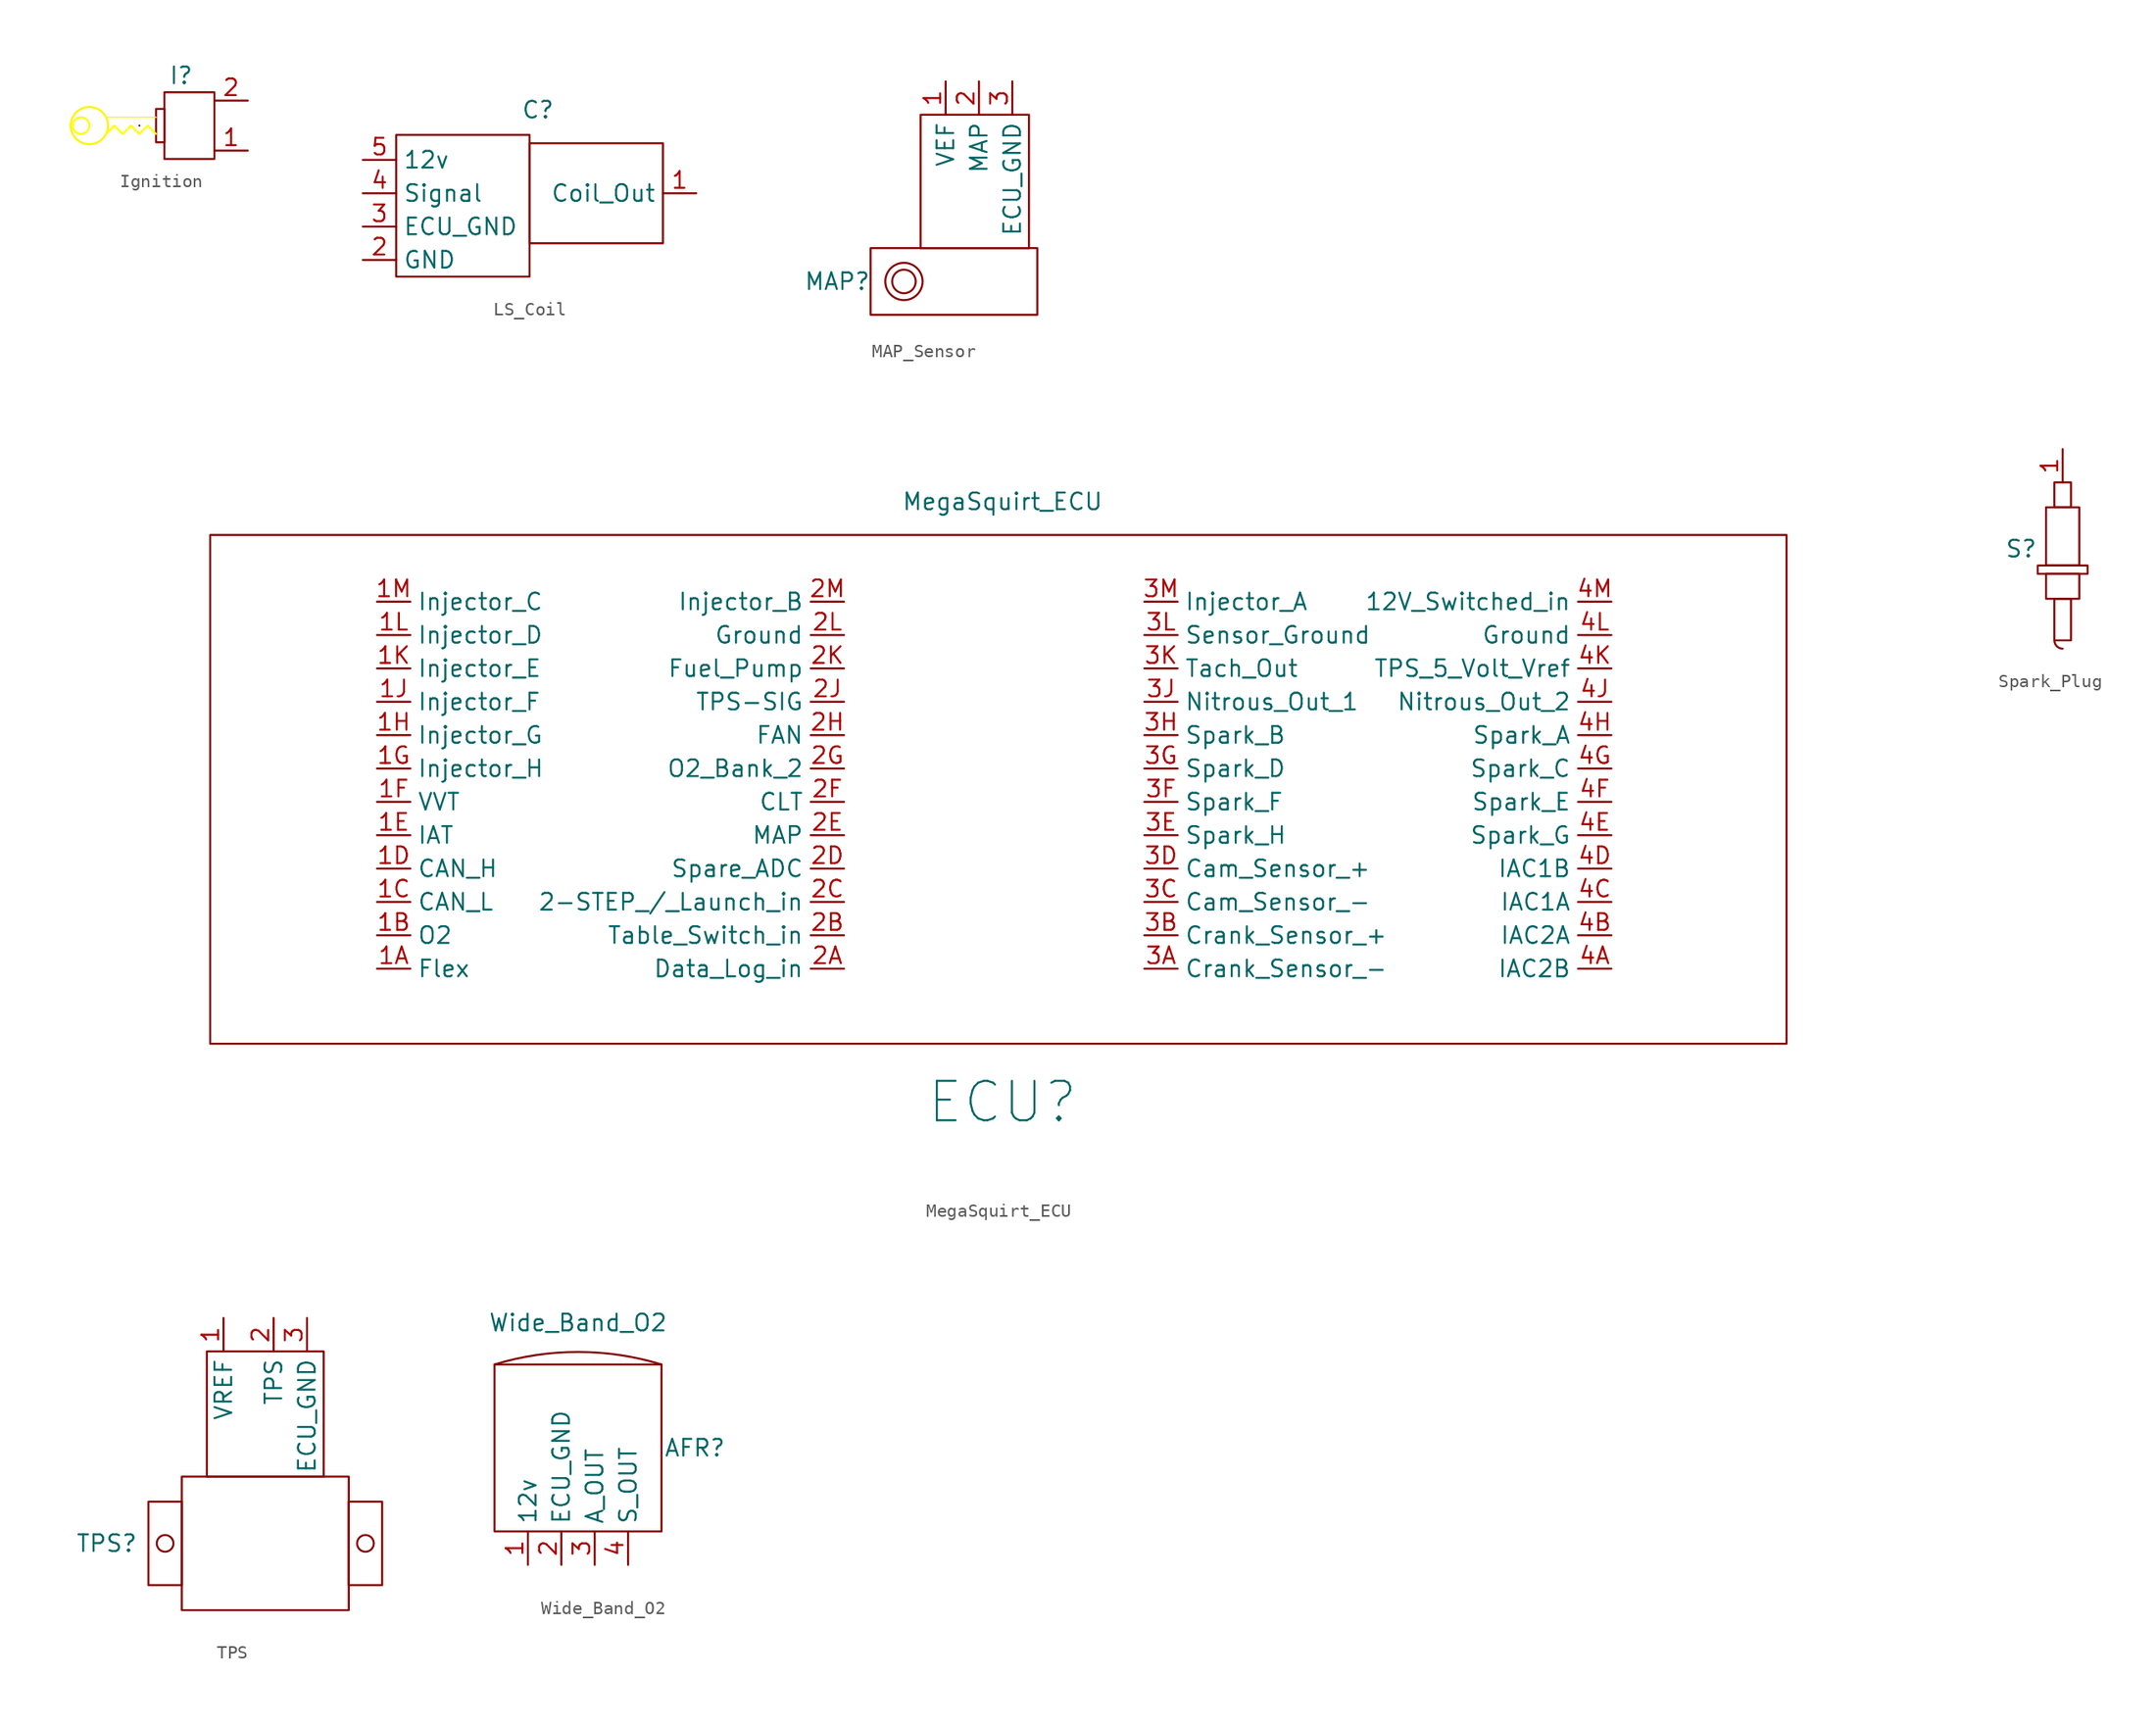
<source format=kicad_sym>
(kicad_symbol_lib
  (version 20220914)
  (generator kicad_symbol_editor)
  (symbol "Ignition"
    (property "Reference" "I"
      (at 0 3.175 0)
      (effects (font (size 1.27 1.27))))
    (property "Value" ""
      (at 0 0 0)
      (effects (font (size 1.27 1.27))))
    (symbol "Ignition_0_1"
      (rectangle (start -3.175 -0.635) (end -3.175 -0.635) (stroke (width 0) (type default)) (fill (type none)))
      (rectangle (start -1.905 0.635) (end -1.27 -1.905) (stroke (width 0) (type default)) (fill (type none)))
      (rectangle (start -1.27 1.905) (end 2.54 -3.175) (stroke (width 0) (type default)) (fill (type none))))
    (symbol "Ignition_1_1"
      (circle (center -7.62 -0.635) (radius 0.635) (stroke (width 0) (type default) (color 255 255 0 1)) (fill (type none)))
      (circle (center -6.985 -0.635) (radius 1.42) (stroke (width 0) (type solid) (color 255 244 0 1)) (fill (type none)))
      (rectangle (start -5.715 0) (end -1.905 0) (stroke (width 0.1) (type solid) (color 255 255 0 1)) (fill (type none)))
      (polyline (pts (xy -1.905 -1.27) (xy -2.54 -0.635) (xy -3.175 -1.27) (xy -3.81 -0.635) (xy -4.445 -1.27) (xy -5.08 -0.635) (xy -5.715 -1.27)) (stroke (width 0) (type default) (color 255 255 0 1)) (fill (type none)))
      (pin input line (at 5.08 -2.54 180) (length 2.54) (name "" (effects (font (size 1.27 1.27)))) (number "1" (effects (font (size 1.27 1.27)))))
      (pin output line (at 5.08 1.27 180) (length 2.54) (name "" (effects (font (size 1.27 1.27)))) (number "2" (effects (font (size 1.27 1.27)))))))
  (symbol "LS_Coil"
    (property "Reference" "C"
      (at -4.445 -2.54 0)
      (effects (font (size 1.27 1.27))))
    (property "Value" ""
      (at 0 0 0)
      (effects (font (size 1.27 1.27))))
    (symbol "LS_Coil_0_1"
      (rectangle (start -15.24 -4.445) (end -5.08 -15.24) (stroke (width 0) (type default)) (fill (type none)))
      (rectangle (start -5.08 -5.08) (end 5.08 -12.7) (stroke (width 0) (type default)) (fill (type none))))
    (symbol "LS_Coil_1_1"
      (pin power_out line (at 7.62 -8.89 180) (length 2.54) (name "Coil_Out" (effects (font (size 1.27 1.27)))) (number "1" (effects (font (size 1.27 1.27)))))
      (pin power_in line (at -17.78 -13.97 0) (length 2.54) (name "GND" (effects (font (size 1.27 1.27)))) (number "2" (effects (font (size 1.27 1.27)))))
      (pin input line (at -17.78 -11.43 0) (length 2.54) (name "ECU_GND" (effects (font (size 1.27 1.27)))) (number "3" (effects (font (size 1.27 1.27)))))
      (pin input line (at -17.78 -8.89 0) (length 2.54) (name "Signal" (effects (font (size 1.27 1.27)))) (number "4" (effects (font (size 1.27 1.27)))))
      (pin power_in line (at -17.78 -6.35 0) (length 2.54) (name "12v" (effects (font (size 1.27 1.27)))) (number "5" (effects (font (size 1.27 1.27)))))))
  (symbol "MAP_Sensor"
    (property "Reference" "MAP"
      (at -9.525 0 0)
      (effects (font (size 1.27 1.27))))
    (property "Value" ""
      (at -0.635 0 0)
      (effects (font (size 1.27 1.27))))
    (symbol "MAP_Sensor_0_1"
      (rectangle (start -6.985 2.54) (end 5.715 -2.54) (stroke (width 0) (type default)) (fill (type none)))
      (circle (center -4.445 0) (radius 0.898) (stroke (width 0) (type default)) (fill (type none)))
      (circle (center -4.445 0) (radius 1.42) (stroke (width 0) (type default)) (fill (type none)))
      (rectangle (start -3.175 12.7) (end 5.08 2.54) (stroke (width 0) (type default)) (fill (type none))))
    (symbol "MAP_Sensor_1_1"
      (pin input line (at -1.27 15.24 270) (length 2.54) (name "VEF" (effects (font (size 1.27 1.27)))) (number "1" (effects (font (size 1.27 1.27)))))
      (pin output line (at 1.27 15.24 270) (length 2.54) (name "MAP" (effects (font (size 1.27 1.27)))) (number "2" (effects (font (size 1.27 1.27)))))
      (pin input line (at 3.81 15.24 270) (length 2.54) (name "ECU_GND" (effects (font (size 1.27 1.27)))) (number "3" (effects (font (size 1.27 1.27)))))))
  (symbol "MegaSquirt_ECU"
    (property "Reference" "ECU"
      (at 0 -24.13 0)
      (effects (font (size 3 3))))
    (property "Value" "MegaSquirt_ECU"
      (at 0 21.59 0)
      (effects (font (size 1.27 1.27))))
    (symbol "MegaSquirt_ECU_0_1"
      (rectangle (start -60.325 19.05) (end 59.69 -19.685) (stroke (width 0) (type default)) (fill (type none))))
    (symbol "MegaSquirt_ECU_1_1"
      (pin input line (at -47.625 -13.97 0) (length 2.54) (name "Flex" (effects (font (size 1.27 1.27)))) (number "1A" (effects (font (size 1.27 1.27)))))
      (pin input line (at -47.625 -11.43 0) (length 2.54) (name "O2" (effects (font (size 1.27 1.27)))) (number "1B" (effects (font (size 1.27 1.27)))))
      (pin bidirectional line (at -47.625 -8.89 0) (length 2.54) (name "CAN_L" (effects (font (size 1.27 1.27)))) (number "1C" (effects (font (size 1.27 1.27)))))
      (pin bidirectional line (at -47.625 -6.35 0) (length 2.54) (name "CAN_H" (effects (font (size 1.27 1.27)))) (number "1D" (effects (font (size 1.27 1.27)))))
      (pin input line (at -47.625 -3.81 0) (length 2.54) (name "IAT" (effects (font (size 1.27 1.27)))) (number "1E" (effects (font (size 1.27 1.27)))))
      (pin output line (at -47.625 -1.27 0) (length 2.54) (name "VVT" (effects (font (size 1.27 1.27)))) (number "1F" (effects (font (size 1.27 1.27)))))
      (pin output line (at -47.625 1.27 0) (length 2.54) (name "Injector_H" (effects (font (size 1.27 1.27)))) (number "1G" (effects (font (size 1.27 1.27)))))
      (pin output line (at -47.625 3.81 0) (length 2.54) (name "Injector_G" (effects (font (size 1.27 1.27)))) (number "1H" (effects (font (size 1.27 1.27)))))
      (pin output line (at -47.625 6.35 0) (length 2.54) (name "Injector_F" (effects (font (size 1.27 1.27)))) (number "1J" (effects (font (size 1.27 1.27)))))
      (pin output line (at -47.625 8.89 0) (length 2.54) (name "Injector_E" (effects (font (size 1.27 1.27)))) (number "1K" (effects (font (size 1.27 1.27)))))
      (pin output line (at -47.625 11.43 0) (length 2.54) (name "Injector_D" (effects (font (size 1.27 1.27)))) (number "1L" (effects (font (size 1.27 1.27)))))
      (pin output line (at -47.625 13.97 0) (length 2.54) (name "Injector_C" (effects (font (size 1.27 1.27)))) (number "1M" (effects (font (size 1.27 1.27)))))
      (pin input line (at -12.065 -13.97 180) (length 2.54) (name "Data_Log_in" (effects (font (size 1.27 1.27)))) (number "2A" (effects (font (size 1.27 1.27)))))
      (pin input line (at -12.065 -11.43 180) (length 2.54) (name "Table_Switch_in" (effects (font (size 1.27 1.27)))) (number "2B" (effects (font (size 1.27 1.27)))))
      (pin input line (at -12.065 -8.89 180) (length 2.54) (name "2-STEP_/_Launch_in" (effects (font (size 1.27 1.27)))) (number "2C" (effects (font (size 1.27 1.27)))))
      (pin input line (at -12.065 -6.35 180) (length 2.54) (name "Spare_ADC" (effects (font (size 1.27 1.27)))) (number "2D" (effects (font (size 1.27 1.27)))))
      (pin input line (at -12.065 -3.81 180) (length 2.54) (name "MAP" (effects (font (size 1.27 1.27)))) (number "2E" (effects (font (size 1.27 1.27)))))
      (pin input line (at -12.065 -1.27 180) (length 2.54) (name "CLT" (effects (font (size 1.27 1.27)))) (number "2F" (effects (font (size 1.27 1.27)))))
      (pin input line (at -12.065 1.27 180) (length 2.54) (name "O2_Bank_2" (effects (font (size 1.27 1.27)))) (number "2G" (effects (font (size 1.27 1.27)))))
      (pin output line (at -12.065 3.81 180) (length 2.54) (name "FAN" (effects (font (size 1.27 1.27)))) (number "2H" (effects (font (size 1.27 1.27)))))
      (pin input line (at -12.065 6.35 180) (length 2.54) (name "TPS-SIG" (effects (font (size 1.27 1.27)))) (number "2J" (effects (font (size 1.27 1.27)))))
      (pin output line (at -12.065 8.89 180) (length 2.54) (name "Fuel_Pump" (effects (font (size 1.27 1.27)))) (number "2K" (effects (font (size 1.27 1.27)))))
      (pin power_in line (at -12.065 11.43 180) (length 2.54) (name "Ground" (effects (font (size 1.27 1.27)))) (number "2L" (effects (font (size 1.27 1.27)))))
      (pin output line (at -12.065 13.97 180) (length 2.54) (name "Injector_B" (effects (font (size 1.27 1.27)))) (number "2M" (effects (font (size 1.27 1.27)))))
      (pin input line (at 10.795 -13.97 0) (length 2.54) (name "Crank_Sensor_-" (effects (font (size 1.27 1.27)))) (number "3A" (effects (font (size 1.27 1.27)))))
      (pin input line (at 10.795 -11.43 0) (length 2.54) (name "Crank_Sensor_+" (effects (font (size 1.27 1.27)))) (number "3B" (effects (font (size 1.27 1.27)))))
      (pin input line (at 10.795 -8.89 0) (length 2.54) (name "Cam_Sensor_-" (effects (font (size 1.27 1.27)))) (number "3C" (effects (font (size 1.27 1.27)))))
      (pin input line (at 10.795 -6.35 0) (length 2.54) (name "Cam_Sensor_+" (effects (font (size 1.27 1.27)))) (number "3D" (effects (font (size 1.27 1.27)))))
      (pin output line (at 10.795 -3.81 0) (length 2.54) (name "Spark_H" (effects (font (size 1.27 1.27)))) (number "3E" (effects (font (size 1.27 1.27)))))
      (pin output line (at 10.795 -1.27 0) (length 2.54) (name "Spark_F" (effects (font (size 1.27 1.27)))) (number "3F" (effects (font (size 1.27 1.27)))))
      (pin output line (at 10.795 1.27 0) (length 2.54) (name "Spark_D" (effects (font (size 1.27 1.27)))) (number "3G" (effects (font (size 1.27 1.27)))))
      (pin output line (at 10.795 3.81 0) (length 2.54) (name "Spark_B" (effects (font (size 1.27 1.27)))) (number "3H" (effects (font (size 1.27 1.27)))))
      (pin output line (at 10.795 6.35 0) (length 2.54) (name "Nitrous_Out_1" (effects (font (size 1.27 1.27)))) (number "3J" (effects (font (size 1.27 1.27)))))
      (pin output line (at 10.795 8.89 0) (length 2.54) (name "Tach_Out" (effects (font (size 1.27 1.27)))) (number "3K" (effects (font (size 1.27 1.27)))))
      (pin power_in line (at 10.795 11.43 0) (length 2.54) (name "Sensor_Ground" (effects (font (size 1.27 1.27)))) (number "3L" (effects (font (size 1.27 1.27)))))
      (pin output line (at 10.795 13.97 0) (length 2.54) (name "Injector_A" (effects (font (size 1.27 1.27)))) (number "3M" (effects (font (size 1.27 1.27)))))
      (pin output line (at 46.355 -13.97 180) (length 2.54) (name "IAC2B" (effects (font (size 1.27 1.27)))) (number "4A" (effects (font (size 1.27 1.27)))))
      (pin output line (at 46.355 -11.43 180) (length 2.54) (name "IAC2A" (effects (font (size 1.27 1.27)))) (number "4B" (effects (font (size 1.27 1.27)))))
      (pin output line (at 46.355 -8.89 180) (length 2.54) (name "IAC1A" (effects (font (size 1.27 1.27)))) (number "4C" (effects (font (size 1.27 1.27)))))
      (pin output line (at 46.355 -6.35 180) (length 2.54) (name "IAC1B" (effects (font (size 1.27 1.27)))) (number "4D" (effects (font (size 1.27 1.27)))))
      (pin output line (at 46.355 -3.81 180) (length 2.54) (name "Spark_G" (effects (font (size 1.27 1.27)))) (number "4E" (effects (font (size 1.27 1.27)))))
      (pin output line (at 46.355 -1.27 180) (length 2.54) (name "Spark_E" (effects (font (size 1.27 1.27)))) (number "4F" (effects (font (size 1.27 1.27)))))
      (pin output line (at 46.355 1.27 180) (length 2.54) (name "Spark_C" (effects (font (size 1.27 1.27)))) (number "4G" (effects (font (size 1.27 1.27)))))
      (pin output line (at 46.355 3.81 180) (length 2.54) (name "Spark_A" (effects (font (size 1.27 1.27)))) (number "4H" (effects (font (size 1.27 1.27)))))
      (pin output line (at 46.355 6.35 180) (length 2.54) (name "Nitrous_Out_2" (effects (font (size 1.27 1.27)))) (number "4J" (effects (font (size 1.27 1.27)))))
      (pin power_in line (at 46.355 8.89 180) (length 2.54) (name "TPS_5_Volt_Vref" (effects (font (size 1.27 1.27)))) (number "4K" (effects (font (size 1.27 1.27)))))
      (pin power_in line (at 46.355 11.43 180) (length 2.54) (name "Ground" (effects (font (size 1.27 1.27)))) (number "4L" (effects (font (size 1.27 1.27)))))
      (pin power_in line (at 46.355 13.97 180) (length 2.54) (name "12V_Switched_in" (effects (font (size 1.27 1.27)))) (number "4M" (effects (font (size 1.27 1.27)))))))
  (symbol "Spark_Plug"
    (property "Reference" "S"
      (at -3.175 0 0)
      (effects (font (size 1.27 1.27))))
    (property "Value" ""
      (at 0 0 0)
      (effects (font (size 1.27 1.27))))
    (symbol "Spark_Plug_0_1"
      (rectangle (start -1.905 -1.27) (end 1.905 -1.905) (stroke (width 0) (type default)) (fill (type none)))
      (rectangle (start -1.27 -1.905) (end 1.27 -3.81) (stroke (width 0) (type default)) (fill (type none)))
      (rectangle (start -1.27 3.175) (end 1.27 -1.27) (stroke (width 0) (type default)) (fill (type none)))
      (arc (start -0.635 -6.985) (mid -0.449 -7.434) (end 0 -7.62) (stroke (width 0) (type default)) (fill (type none)))
      (rectangle (start -0.635 -3.81) (end 0.635 -6.985) (stroke (width 0) (type default)) (fill (type none)))
      (rectangle (start -0.635 5.08) (end 0.635 3.175) (stroke (width 0) (type default)) (fill (type none))))
    (symbol "Spark_Plug_1_1"
      (pin power_in line (at 0 7.62 270) (length 2.54) (name "" (effects (font (size 1.27 1.27)))) (number "1" (effects (font (size 1.27 1.27)))))))
  (symbol "TPS"
    (property "Reference" "TPS"
      (at -12.065 -9.525 0)
      (effects (font (size 1.27 1.27))))
    (property "Value" ""
      (at 0 -3.175 0)
      (effects (font (size 1.27 1.27))))
    (symbol "TPS_0_1"
      (rectangle (start -8.89 -6.35) (end -6.35 -12.7) (stroke (width 0) (type default)) (fill (type none)))
      (circle (center -7.62 -9.525) (radius 0.635) (stroke (width 0) (type default)) (fill (type none)))
      (rectangle (start -6.35 -4.445) (end 6.35 -14.605) (stroke (width 0) (type default)) (fill (type none)))
      (rectangle (start -4.445 5.08) (end 4.445 -4.445) (stroke (width 0) (type default)) (fill (type none)))
      (rectangle (start 6.35 -6.35) (end 8.89 -12.7) (stroke (width 0) (type default)) (fill (type none)))
      (circle (center 7.62 -9.525) (radius 0.635) (stroke (width 0) (type default)) (fill (type none))))
    (symbol "TPS_1_1"
      (pin output line (at -3.175 7.62 270) (length 2.54) (name "VREF" (effects (font (size 1.27 1.27)))) (number "1" (effects (font (size 1.27 1.27)))))
      (pin output line (at 0.635 7.62 270) (length 2.54) (name "TPS" (effects (font (size 1.27 1.27)))) (number "2" (effects (font (size 1.27 1.27)))))
      (pin output line (at 3.175 7.62 270) (length 2.54) (name "ECU_GND" (effects (font (size 1.27 1.27)))) (number "3" (effects (font (size 1.27 1.27)))))))
  (symbol "Wide_Band_O2"
    (property "Reference" "AFR"
      (at 8.89 0 0)
      (effects (font (size 1.27 1.27))))
    (property "Value" "Wide_Band_O2"
      (at 0 9.525 0)
      (effects (font (size 1.27 1.27))))
    (symbol "Wide_Band_O2_0_1"
      (rectangle (start -6.35 6.35) (end 6.35 -6.35) (stroke (width 0) (type default)) (fill (type none)))
      (arc (start 6.35 6.35) (mid 0 7.3017) (end -6.35 6.35) (stroke (width 0) (type default)) (fill (type none))))
    (symbol "Wide_Band_O2_1_1"
      (pin input line (at -3.81 -8.89 90) (length 2.54) (name "12v" (effects (font (size 1.27 1.27)))) (number "1" (effects (font (size 1.27 1.27)))))
      (pin input line (at -1.27 -8.89 90) (length 2.54) (name "ECU_GND" (effects (font (size 1.27 1.27)))) (number "2" (effects (font (size 1.27 1.27)))))
      (pin output line (at 1.27 -8.89 90) (length 2.54) (name "A_OUT" (effects (font (size 1.27 1.27)))) (number "3" (effects (font (size 1.27 1.27)))))
      (pin output line (at 3.81 -8.89 90) (length 2.54) (name "S_OUT" (effects (font (size 1.27 1.27)))) (number "4" (effects (font (size 1.27 1.27))))))))
</source>
